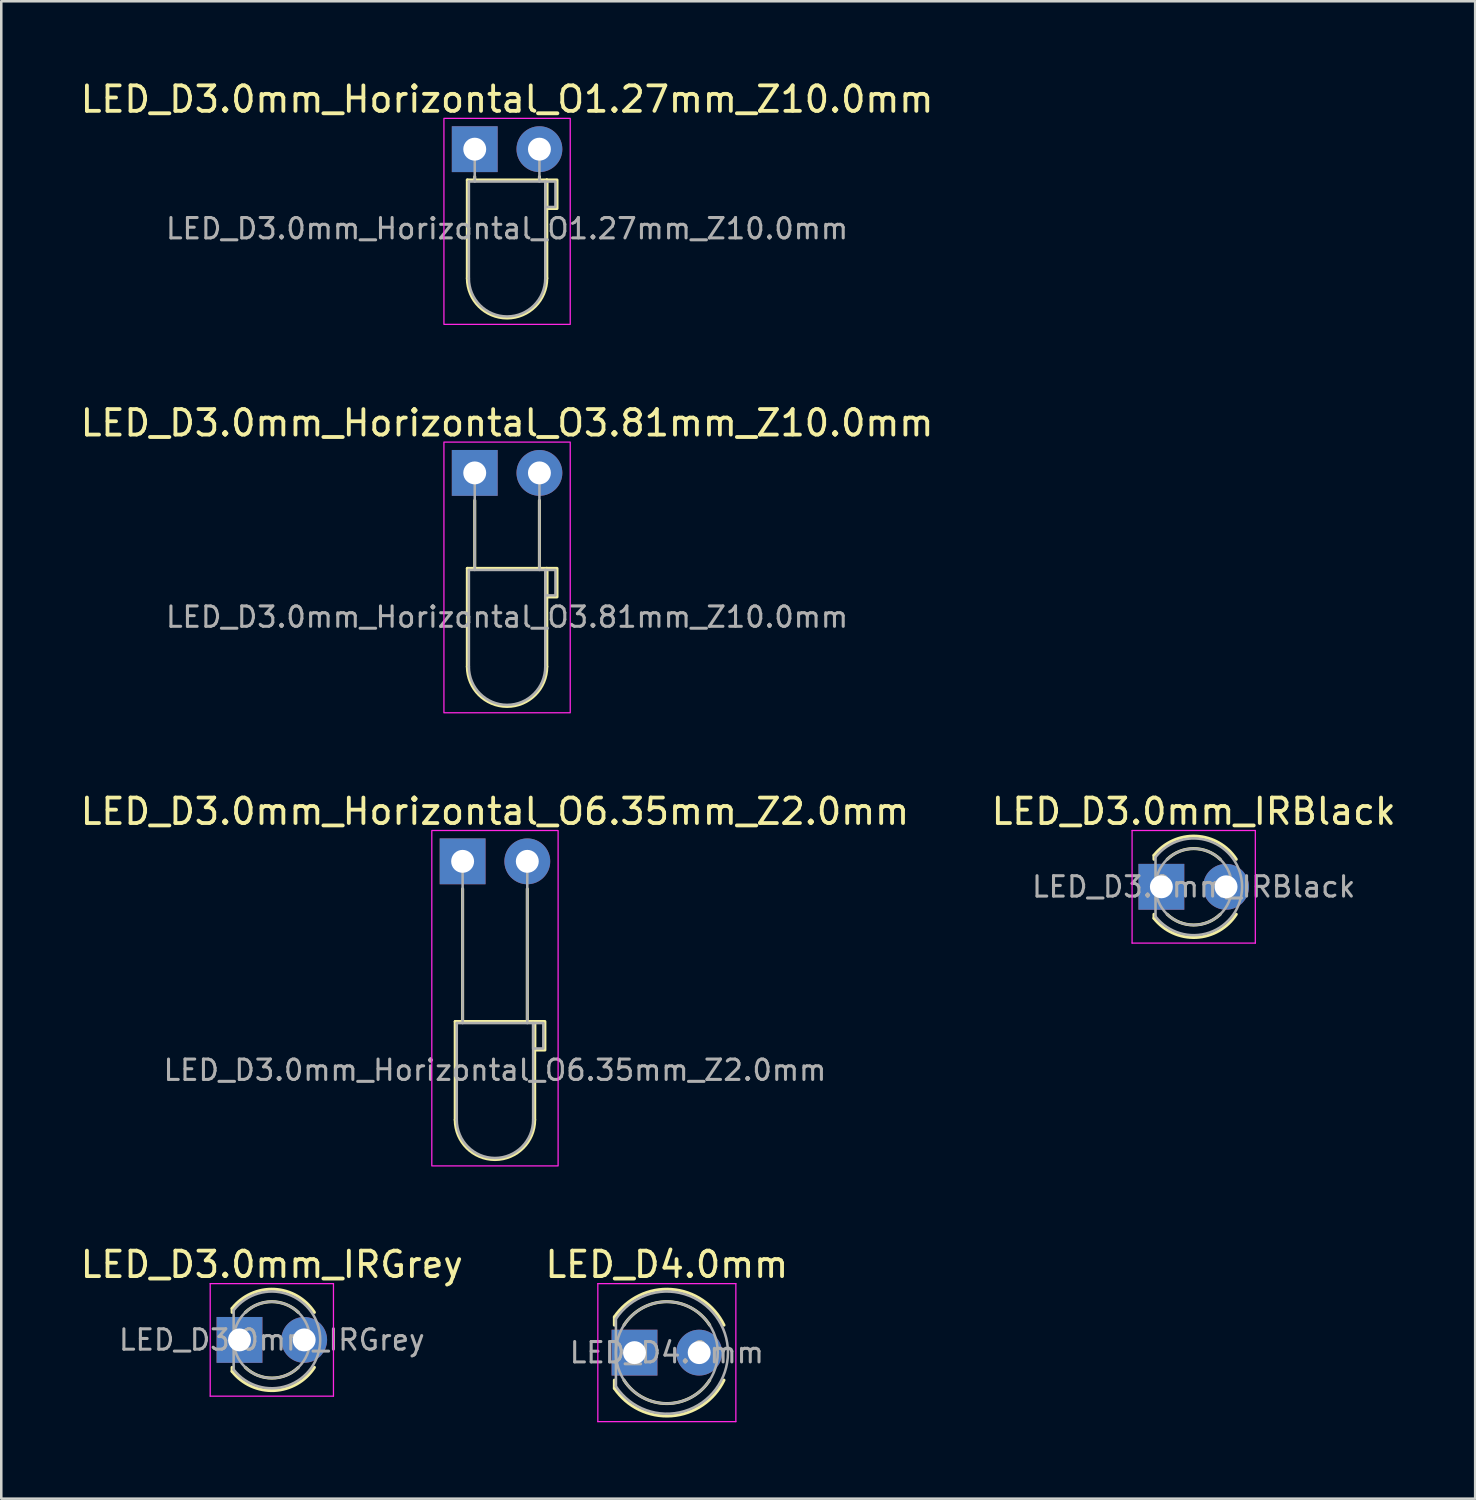
<source format=kicad_pcb>
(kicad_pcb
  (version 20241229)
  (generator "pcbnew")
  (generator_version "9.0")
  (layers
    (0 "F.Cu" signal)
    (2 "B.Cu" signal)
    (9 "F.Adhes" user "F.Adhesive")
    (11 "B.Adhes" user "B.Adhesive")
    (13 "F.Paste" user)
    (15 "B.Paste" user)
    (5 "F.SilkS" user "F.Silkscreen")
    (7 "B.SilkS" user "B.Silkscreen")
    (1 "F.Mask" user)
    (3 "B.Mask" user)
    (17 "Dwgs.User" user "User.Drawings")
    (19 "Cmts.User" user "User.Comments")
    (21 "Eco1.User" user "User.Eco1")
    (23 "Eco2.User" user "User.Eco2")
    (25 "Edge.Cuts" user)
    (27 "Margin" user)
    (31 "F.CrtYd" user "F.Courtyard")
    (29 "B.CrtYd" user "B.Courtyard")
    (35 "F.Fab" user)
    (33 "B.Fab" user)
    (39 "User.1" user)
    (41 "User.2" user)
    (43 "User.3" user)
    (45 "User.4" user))
  (footprint "LED_D3.0mm_Horizontal_O3.81mm_Z10.0mm"
    (layer "F.Cu")
    (at 15.593 15.521)
    (property "Reference" "LED_D3.0mm_Horizontal_O3.81mm_Z10.0mm" (at 1.27 -1.96 0) (layer "F.SilkS") (effects (font (size 1 1) (thickness 0.15))))
    (attr through_hole)
    (fp_line (start -0.29 3.75) (end -0.29 7.61) (stroke (width 0.12) (type solid)) (layer "F.SilkS"))
    (fp_line (start -0.29 3.75) (end 2.83 3.75) (stroke (width 0.12) (type solid)) (layer "F.SilkS"))
    (fp_line (start 2.83 3.75) (end 2.83 7.61) (stroke (width 0.12) (type solid)) (layer "F.SilkS"))
    (fp_rect (start 0 1.08) (end 0 3.75) (stroke (width 0.12) (type solid)) (fill no) (layer "F.SilkS"))
    (fp_rect (start 2.54 1.08) (end 2.54 3.75) (stroke (width 0.12) (type solid)) (fill no) (layer "F.SilkS"))
    (fp_rect (start 2.83 3.75) (end 3.23 4.87) (stroke (width 0.12) (type solid)) (fill no) (layer "F.SilkS"))
    (fp_arc (start 2.83 7.61) (mid 1.27 9.17) (end -0.29 7.61) (stroke (width 0.12) (type solid)) (layer "F.SilkS"))
    (fp_rect (start -1.21 -1.21) (end 3.75 9.42) (stroke (width 0.05) (type solid)) (fill no) (layer "F.CrtYd"))
    (fp_line (start -0.23 3.81) (end -0.23 7.61) (stroke (width 0.1) (type solid)) (layer "F.Fab"))
    (fp_line (start -0.23 3.81) (end 2.77 3.81) (stroke (width 0.1) (type solid)) (layer "F.Fab"))
    (fp_line (start 2.77 3.81) (end 2.77 7.61) (stroke (width 0.1) (type solid)) (layer "F.Fab"))
    (fp_rect (start 0 0) (end 0 3.81) (stroke (width 0.1) (type solid)) (fill no) (layer "F.Fab"))
    (fp_rect (start 2.54 0) (end 2.54 3.81) (stroke (width 0.1) (type solid)) (fill no) (layer "F.Fab"))
    (fp_rect (start 2.77 3.81) (end 3.17 4.81) (stroke (width 0.1) (type solid)) (fill no) (layer "F.Fab"))
    (fp_arc (start 2.77 7.61) (mid 1.27 9.11) (end -0.23 7.61) (stroke (width 0.1) (type solid)) (layer "F.Fab"))
    (fp_text user "${REFERENCE}" (at 1.27 5.66 0) (layer "F.Fab") (effects (font (size 0.8 0.8) (thickness 0.12))))
    (pad "1" thru_hole rect (at 0 0) (size 1.8 1.8) (drill 0.9) (layers "*.Cu" "*.Mask"))
    (pad "2" thru_hole circle (at 2.54 0) (size 1.8 1.8) (drill 0.9) (layers "*.Cu" "*.Mask")))
  (footprint "LED_D4.0mm"
    (layer "F.Cu")
    (at 21.867 50.068)
    (property "Reference" "LED_D4.0mm" (at 1.27 -3.46 0) (layer "F.SilkS") (effects (font (size 1 1) (thickness 0.15))))
    (attr through_hole)
    (fp_line (start -0.79 -1.399) (end -0.79 -1.08) (stroke (width 0.12) (type solid)) (layer "F.SilkS"))
    (fp_line (start -0.79 1.08) (end -0.79 1.399) (stroke (width 0.12) (type solid)) (layer "F.SilkS"))
    (fp_arc (start -0.79 -1.398749) (mid 1.453882 -2.483201) (end 3.513558 -1.080069) (stroke (width 0.12) (type solid)) (layer "F.SilkS"))
    (fp_arc (start -0.41333 -1.08) (mid 1.269966 -2) (end 2.953294 -1.080057) (stroke (width 0.12) (type solid)) (layer "F.SilkS"))
    (fp_arc (start 2.953294 1.080057) (mid 1.269966 2) (end -0.41333 1.08) (stroke (width 0.12) (type solid)) (layer "F.SilkS"))
    (fp_arc (start 3.513558 1.080069) (mid 1.453882 2.483201) (end -0.79 1.398749) (stroke (width 0.12) (type solid)) (layer "F.SilkS"))
    (fp_line (start -1.44 -2.71) (end -1.44 2.71) (stroke (width 0.05) (type solid)) (layer "F.CrtYd"))
    (fp_line (start -1.44 2.71) (end 3.98 2.71) (stroke (width 0.05) (type solid)) (layer "F.CrtYd"))
    (fp_line (start 3.98 -2.71) (end -1.44 -2.71) (stroke (width 0.05) (type solid)) (layer "F.CrtYd"))
    (fp_line (start 3.98 2.71) (end 3.98 -2.71) (stroke (width 0.05) (type solid)) (layer "F.CrtYd"))
    (fp_line (start -0.73 -1.327) (end -0.73 1.327) (stroke (width 0.1) (type solid)) (layer "F.Fab"))
    (fp_arc (start -0.73 -1.32665) (mid 3.67 -0.000041) (end -0.729954 1.326719) (stroke (width 0.1) (type solid)) (layer "F.Fab"))
    (fp_circle (center 1.27 0) (end 3.27 0) (stroke (width 0.1) (type solid)) (fill no) (layer "F.Fab"))
    (fp_text user "${REFERENCE}" (at 1.27 0 0) (layer "F.Fab") (effects (font (size 0.8 0.8) (thickness 0.12))))
    (pad "1" thru_hole rect (at 0 0) (size 1.8 1.8) (drill 0.9) (layers "*.Cu" "*.Mask"))
    (pad "2" thru_hole circle (at 2.54 0) (size 1.8 1.8) (drill 0.9) (layers "*.Cu" "*.Mask")))
  (footprint "LED_D3.0mm_Horizontal_O1.27mm_Z10.0mm"
    (layer "F.Cu")
    (at 15.593 2.808)
    (property "Reference" "LED_D3.0mm_Horizontal_O1.27mm_Z10.0mm" (at 1.27 -1.96 0) (layer "F.SilkS") (effects (font (size 1 1) (thickness 0.15))))
    (attr through_hole)
    (fp_line (start -0.29 1.21) (end -0.29 5.07) (stroke (width 0.12) (type solid)) (layer "F.SilkS"))
    (fp_line (start -0.29 1.21) (end 2.83 1.21) (stroke (width 0.12) (type solid)) (layer "F.SilkS"))
    (fp_line (start 2.83 1.21) (end 2.83 5.07) (stroke (width 0.12) (type solid)) (layer "F.SilkS"))
    (fp_rect (start 0 1.08) (end 0 1.21) (stroke (width 0.12) (type solid)) (fill no) (layer "F.SilkS"))
    (fp_rect (start 2.54 1.08) (end 2.54 1.21) (stroke (width 0.12) (type solid)) (fill no) (layer "F.SilkS"))
    (fp_rect (start 2.83 1.21) (end 3.23 2.33) (stroke (width 0.12) (type solid)) (fill no) (layer "F.SilkS"))
    (fp_arc (start 2.83 5.07) (mid 1.27 6.63) (end -0.29 5.07) (stroke (width 0.12) (type solid)) (layer "F.SilkS"))
    (fp_rect (start -1.21 -1.21) (end 3.75 6.88) (stroke (width 0.05) (type solid)) (fill no) (layer "F.CrtYd"))
    (fp_line (start -0.23 1.27) (end -0.23 5.07) (stroke (width 0.1) (type solid)) (layer "F.Fab"))
    (fp_line (start -0.23 1.27) (end 2.77 1.27) (stroke (width 0.1) (type solid)) (layer "F.Fab"))
    (fp_line (start 2.77 1.27) (end 2.77 5.07) (stroke (width 0.1) (type solid)) (layer "F.Fab"))
    (fp_rect (start 0 0) (end 0 1.27) (stroke (width 0.1) (type solid)) (fill no) (layer "F.Fab"))
    (fp_rect (start 2.54 0) (end 2.54 1.27) (stroke (width 0.1) (type solid)) (fill no) (layer "F.Fab"))
    (fp_rect (start 2.77 1.27) (end 3.17 2.27) (stroke (width 0.1) (type solid)) (fill no) (layer "F.Fab"))
    (fp_arc (start 2.77 5.07) (mid 1.27 6.57) (end -0.23 5.07) (stroke (width 0.1) (type solid)) (layer "F.Fab"))
    (fp_text user "${REFERENCE}" (at 1.27 3.12 0) (layer "F.Fab") (effects (font (size 0.8 0.8) (thickness 0.12))))
    (pad "1" thru_hole rect (at 0 0) (size 1.8 1.8) (drill 0.9) (layers "*.Cu" "*.Mask"))
    (pad "2" thru_hole circle (at 2.54 0) (size 1.8 1.8) (drill 0.9) (layers "*.Cu" "*.Mask")))
  (footprint "LED_D3.0mm_IRGrey"
    (layer "F.Cu")
    (at 6.355 49.568)
    (property "Reference" "LED_D3.0mm_IRGrey" (at 1.27 -2.96 0) (layer "F.SilkS") (effects (font (size 1 1) (thickness 0.15))))
    (attr through_hole)
    (fp_line (start -0.29 -1.236) (end -0.29 -1.08) (stroke (width 0.12) (type solid)) (layer "F.SilkS"))
    (fp_line (start -0.29 1.08) (end -0.29 1.236) (stroke (width 0.12) (type solid)) (layer "F.SilkS"))
    (fp_arc (start -0.29 -1.235516) (mid 1.365624 -1.987701) (end 2.941397 -1.080061) (stroke (width 0.12) (type solid)) (layer "F.SilkS"))
    (fp_arc (start 0.229039 -1.08) (mid 1.269964 -1.5) (end 2.31091 -1.080049) (stroke (width 0.12) (type solid)) (layer "F.SilkS"))
    (fp_arc (start 2.31091 1.080049) (mid 1.269964 1.5) (end 0.229039 1.08) (stroke (width 0.12) (type solid)) (layer "F.SilkS"))
    (fp_arc (start 2.941397 1.080061) (mid 1.365624 1.987701) (end -0.29 1.235516) (stroke (width 0.12) (type solid)) (layer "F.SilkS"))
    (fp_line (start -1.15 -2.21) (end -1.15 2.21) (stroke (width 0.05) (type solid)) (layer "F.CrtYd"))
    (fp_line (start -1.15 2.21) (end 3.69 2.21) (stroke (width 0.05) (type solid)) (layer "F.CrtYd"))
    (fp_line (start 3.69 -2.21) (end -1.15 -2.21) (stroke (width 0.05) (type solid)) (layer "F.CrtYd"))
    (fp_line (start 3.69 2.21) (end 3.69 -2.21) (stroke (width 0.05) (type solid)) (layer "F.CrtYd"))
    (fp_line (start -0.23 -1.166) (end -0.23 1.166) (stroke (width 0.1) (type solid)) (layer "F.Fab"))
    (fp_arc (start -0.23 -1.16619) (mid 3.17 -0.000037) (end -0.229955 1.166249) (stroke (width 0.1) (type solid)) (layer "F.Fab"))
    (fp_circle (center 1.27 0) (end 2.77 0) (stroke (width 0.1) (type solid)) (fill no) (layer "F.Fab"))
    (fp_text user "${REFERENCE}" (at 1.27 0 0) (layer "F.Fab") (effects (font (size 0.8 0.8) (thickness 0.12))))
    (pad "1" thru_hole rect (at 0 0) (size 1.8 1.8) (drill 0.9) (layers "*.Cu" "*.Mask"))
    (pad "2" thru_hole circle (at 2.54 0) (size 1.8 1.8) (drill 0.9) (layers "*.Cu" "*.Mask")))
  (footprint "LED_D3.0mm_IRBlack"
    (layer "F.Cu")
    (at 42.557 31.775)
    (property "Reference" "LED_D3.0mm_IRBlack" (at 1.27 -2.96 0) (layer "F.SilkS") (effects (font (size 1 1) (thickness 0.15))))
    (attr through_hole)
    (fp_line (start -0.29 -1.236) (end -0.29 -1.08) (stroke (width 0.12) (type solid)) (layer "F.SilkS"))
    (fp_line (start -0.29 1.08) (end -0.29 1.236) (stroke (width 0.12) (type solid)) (layer "F.SilkS"))
    (fp_arc (start -0.29 -1.235516) (mid 1.365624 -1.987701) (end 2.941397 -1.080061) (stroke (width 0.12) (type solid)) (layer "F.SilkS"))
    (fp_arc (start 0.229039 -1.08) (mid 1.269964 -1.5) (end 2.31091 -1.080049) (stroke (width 0.12) (type solid)) (layer "F.SilkS"))
    (fp_arc (start 2.31091 1.080049) (mid 1.269964 1.5) (end 0.229039 1.08) (stroke (width 0.12) (type solid)) (layer "F.SilkS"))
    (fp_arc (start 2.941397 1.080061) (mid 1.365624 1.987701) (end -0.29 1.235516) (stroke (width 0.12) (type solid)) (layer "F.SilkS"))
    (fp_line (start -1.15 -2.21) (end -1.15 2.21) (stroke (width 0.05) (type solid)) (layer "F.CrtYd"))
    (fp_line (start -1.15 2.21) (end 3.69 2.21) (stroke (width 0.05) (type solid)) (layer "F.CrtYd"))
    (fp_line (start 3.69 -2.21) (end -1.15 -2.21) (stroke (width 0.05) (type solid)) (layer "F.CrtYd"))
    (fp_line (start 3.69 2.21) (end 3.69 -2.21) (stroke (width 0.05) (type solid)) (layer "F.CrtYd"))
    (fp_line (start -0.23 -1.166) (end -0.23 1.166) (stroke (width 0.1) (type solid)) (layer "F.Fab"))
    (fp_arc (start -0.23 -1.16619) (mid 3.17 -0.000037) (end -0.229955 1.166249) (stroke (width 0.1) (type solid)) (layer "F.Fab"))
    (fp_circle (center 1.27 0) (end 2.77 0) (stroke (width 0.1) (type solid)) (fill no) (layer "F.Fab"))
    (fp_text user "${REFERENCE}" (at 1.27 0 0) (layer "F.Fab") (effects (font (size 0.8 0.8) (thickness 0.12))))
    (pad "1" thru_hole rect (at 0 0) (size 1.8 1.8) (drill 0.9) (layers "*.Cu" "*.Mask"))
    (pad "2" thru_hole circle (at 2.54 0) (size 1.8 1.8) (drill 0.9) (layers "*.Cu" "*.Mask")))
  (footprint "LED_D3.0mm_Horizontal_O6.35mm_Z2.0mm"
    (layer "F.Cu")
    (at 15.117 30.775)
    (property "Reference" "LED_D3.0mm_Horizontal_O6.35mm_Z2.0mm" (at 1.27 -1.96 0) (layer "F.SilkS") (effects (font (size 1 1) (thickness 0.15))))
    (attr through_hole)
    (fp_line (start -0.29 6.29) (end -0.29 10.15) (stroke (width 0.12) (type solid)) (layer "F.SilkS"))
    (fp_line (start -0.29 6.29) (end 2.83 6.29) (stroke (width 0.12) (type solid)) (layer "F.SilkS"))
    (fp_line (start 2.83 6.29) (end 2.83 10.15) (stroke (width 0.12) (type solid)) (layer "F.SilkS"))
    (fp_rect (start 0 1.08) (end 0 6.29) (stroke (width 0.12) (type solid)) (fill no) (layer "F.SilkS"))
    (fp_rect (start 2.54 1.08) (end 2.54 6.29) (stroke (width 0.12) (type solid)) (fill no) (layer "F.SilkS"))
    (fp_rect (start 2.83 6.29) (end 3.23 7.41) (stroke (width 0.12) (type solid)) (fill no) (layer "F.SilkS"))
    (fp_arc (start 2.83 10.15) (mid 1.27 11.71) (end -0.29 10.15) (stroke (width 0.12) (type solid)) (layer "F.SilkS"))
    (fp_rect (start -1.21 -1.21) (end 3.75 11.96) (stroke (width 0.05) (type solid)) (fill no) (layer "F.CrtYd"))
    (fp_line (start -0.23 6.35) (end -0.23 10.15) (stroke (width 0.1) (type solid)) (layer "F.Fab"))
    (fp_line (start -0.23 6.35) (end 2.77 6.35) (stroke (width 0.1) (type solid)) (layer "F.Fab"))
    (fp_line (start 2.77 6.35) (end 2.77 10.15) (stroke (width 0.1) (type solid)) (layer "F.Fab"))
    (fp_rect (start 0 0) (end 0 6.35) (stroke (width 0.1) (type solid)) (fill no) (layer "F.Fab"))
    (fp_rect (start 2.54 0) (end 2.54 6.35) (stroke (width 0.1) (type solid)) (fill no) (layer "F.Fab"))
    (fp_rect (start 2.77 6.35) (end 3.17 7.35) (stroke (width 0.1) (type solid)) (fill no) (layer "F.Fab"))
    (fp_arc (start 2.77 10.15) (mid 1.27 11.65) (end -0.23 10.15) (stroke (width 0.1) (type solid)) (layer "F.Fab"))
    (fp_text user "${REFERENCE}" (at 1.27 8.2 0) (layer "F.Fab") (effects (font (size 0.8 0.8) (thickness 0.12))))
    (pad "1" thru_hole rect (at 0 0) (size 1.8 1.8) (drill 0.9) (layers "*.Cu" "*.Mask"))
    (pad "2" thru_hole circle (at 2.54 0) (size 1.8 1.8) (drill 0.9) (layers "*.Cu" "*.Mask")))
  (gr_rect
    (start -3 -3)
    (end 54.881 55.803)
    (stroke (width 0.1) (type default))
    (fill no)
    (layer "Edge.Cuts")))
</source>
